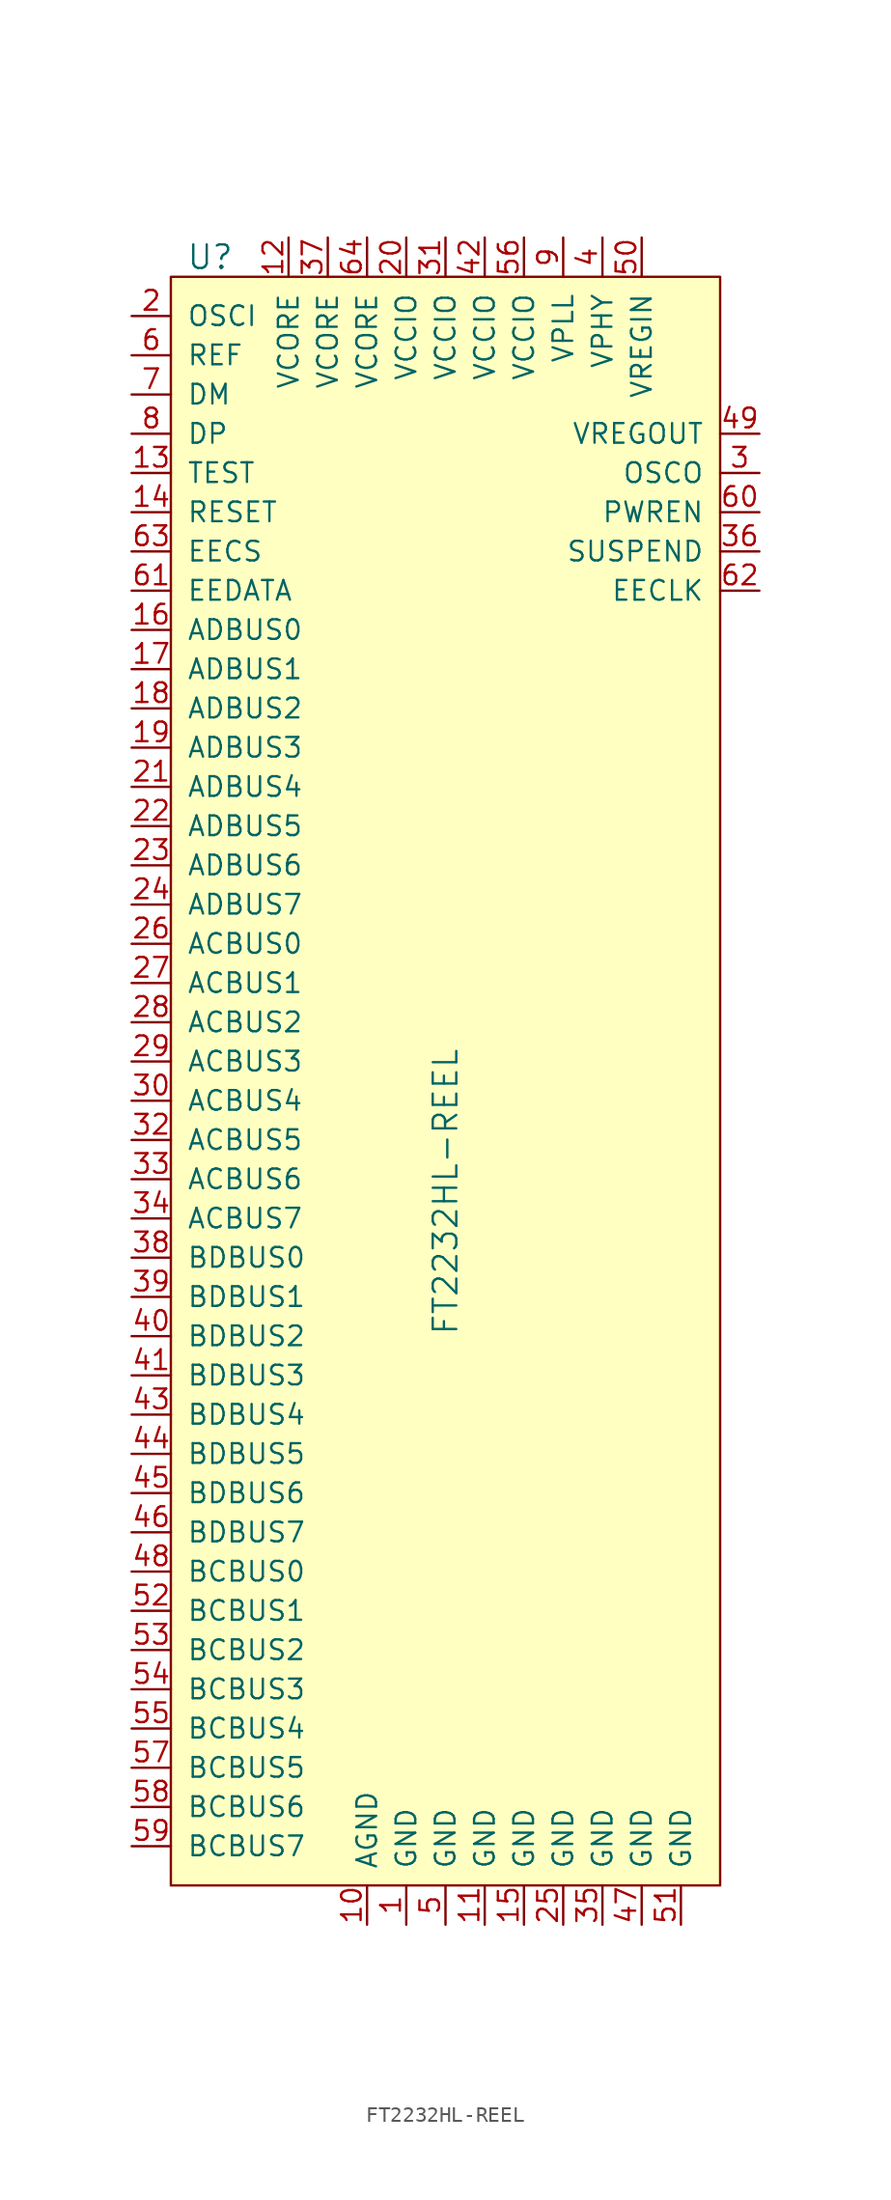
<source format=kicad_sym>
(kicad_symbol_lib
  (version 20220914)
  (generator kicad_symbol_editor)
  (symbol "FT2232HL-REEL"
    (pin_names
      (offset 1.016))
    (property "Reference" "U"
      (at -15.24 59.69 0)
      (effects (font (size 1.524 1.524))))
    (property "Value" "FT2232HL-REEL"
      (at 0 -10.16 90)
      (effects (font (size 1.524 1.524)) (justify left)))
    (symbol "FT2232HL-REEL_0_1"
      (rectangle (start -17.78 58.42) (end 17.78 -45.72) (stroke (width 0) (type solid)) (fill (type background))))
    (symbol "FT2232HL-REEL_1_1"
      (pin power_in line (at -2.54 -48.26 90) (length 2.54) (name "GND" (effects (font (size 1.27 1.27)))) (number "1" (effects (font (size 1.27 1.27)))))
      (pin power_in line (at -5.08 -48.26 90) (length 2.54) (name "AGND" (effects (font (size 1.27 1.27)))) (number "10" (effects (font (size 1.27 1.27)))))
      (pin power_in line (at 2.54 -48.26 90) (length 2.54) (name "GND" (effects (font (size 1.27 1.27)))) (number "11" (effects (font (size 1.27 1.27)))))
      (pin power_in line (at -10.16 60.96 270) (length 2.54) (name "VCORE" (effects (font (size 1.27 1.27)))) (number "12" (effects (font (size 1.27 1.27)))))
      (pin input line (at -20.32 45.72 0) (length 2.54) (name "TEST" (effects (font (size 1.27 1.27)))) (number "13" (effects (font (size 1.27 1.27)))))
      (pin input line (at -20.32 43.18 0) (length 2.54) (name "RESET" (effects (font (size 1.27 1.27)))) (number "14" (effects (font (size 1.27 1.27)))))
      (pin power_in line (at 5.08 -48.26 90) (length 2.54) (name "GND" (effects (font (size 1.27 1.27)))) (number "15" (effects (font (size 1.27 1.27)))))
      (pin bidirectional line (at -20.32 35.56 0) (length 2.54) (name "ADBUS0" (effects (font (size 1.27 1.27)))) (number "16" (effects (font (size 1.27 1.27)))))
      (pin bidirectional line (at -20.32 33.02 0) (length 2.54) (name "ADBUS1" (effects (font (size 1.27 1.27)))) (number "17" (effects (font (size 1.27 1.27)))))
      (pin bidirectional line (at -20.32 30.48 0) (length 2.54) (name "ADBUS2" (effects (font (size 1.27 1.27)))) (number "18" (effects (font (size 1.27 1.27)))))
      (pin bidirectional line (at -20.32 27.94 0) (length 2.54) (name "ADBUS3" (effects (font (size 1.27 1.27)))) (number "19" (effects (font (size 1.27 1.27)))))
      (pin input line (at -20.32 55.88 0) (length 2.54) (name "OSCI" (effects (font (size 1.27 1.27)))) (number "2" (effects (font (size 1.27 1.27)))))
      (pin power_in line (at -2.54 60.96 270) (length 2.54) (name "VCCIO" (effects (font (size 1.27 1.27)))) (number "20" (effects (font (size 1.27 1.27)))))
      (pin bidirectional line (at -20.32 25.4 0) (length 2.54) (name "ADBUS4" (effects (font (size 1.27 1.27)))) (number "21" (effects (font (size 1.27 1.27)))))
      (pin bidirectional line (at -20.32 22.86 0) (length 2.54) (name "ADBUS5" (effects (font (size 1.27 1.27)))) (number "22" (effects (font (size 1.27 1.27)))))
      (pin bidirectional line (at -20.32 20.32 0) (length 2.54) (name "ADBUS6" (effects (font (size 1.27 1.27)))) (number "23" (effects (font (size 1.27 1.27)))))
      (pin bidirectional line (at -20.32 17.78 0) (length 2.54) (name "ADBUS7" (effects (font (size 1.27 1.27)))) (number "24" (effects (font (size 1.27 1.27)))))
      (pin power_in line (at 7.62 -48.26 90) (length 2.54) (name "GND" (effects (font (size 1.27 1.27)))) (number "25" (effects (font (size 1.27 1.27)))))
      (pin bidirectional line (at -20.32 15.24 0) (length 2.54) (name "ACBUS0" (effects (font (size 1.27 1.27)))) (number "26" (effects (font (size 1.27 1.27)))))
      (pin bidirectional line (at -20.32 12.7 0) (length 2.54) (name "ACBUS1" (effects (font (size 1.27 1.27)))) (number "27" (effects (font (size 1.27 1.27)))))
      (pin bidirectional line (at -20.32 10.16 0) (length 2.54) (name "ACBUS2" (effects (font (size 1.27 1.27)))) (number "28" (effects (font (size 1.27 1.27)))))
      (pin bidirectional line (at -20.32 7.62 0) (length 2.54) (name "ACBUS3" (effects (font (size 1.27 1.27)))) (number "29" (effects (font (size 1.27 1.27)))))
      (pin output line (at 20.32 45.72 180) (length 2.54) (name "OSCO" (effects (font (size 1.27 1.27)))) (number "3" (effects (font (size 1.27 1.27)))))
      (pin bidirectional line (at -20.32 5.08 0) (length 2.54) (name "ACBUS4" (effects (font (size 1.27 1.27)))) (number "30" (effects (font (size 1.27 1.27)))))
      (pin power_in line (at 0 60.96 270) (length 2.54) (name "VCCIO" (effects (font (size 1.27 1.27)))) (number "31" (effects (font (size 1.27 1.27)))))
      (pin bidirectional line (at -20.32 2.54 0) (length 2.54) (name "ACBUS5" (effects (font (size 1.27 1.27)))) (number "32" (effects (font (size 1.27 1.27)))))
      (pin bidirectional line (at -20.32 0 0) (length 2.54) (name "ACBUS6" (effects (font (size 1.27 1.27)))) (number "33" (effects (font (size 1.27 1.27)))))
      (pin bidirectional line (at -20.32 -2.54 0) (length 2.54) (name "ACBUS7" (effects (font (size 1.27 1.27)))) (number "34" (effects (font (size 1.27 1.27)))))
      (pin power_in line (at 10.16 -48.26 90) (length 2.54) (name "GND" (effects (font (size 1.27 1.27)))) (number "35" (effects (font (size 1.27 1.27)))))
      (pin output line (at 20.32 40.64 180) (length 2.54) (name "SUSPEND" (effects (font (size 1.27 1.27)))) (number "36" (effects (font (size 1.27 1.27)))))
      (pin power_in line (at -7.62 60.96 270) (length 2.54) (name "VCORE" (effects (font (size 1.27 1.27)))) (number "37" (effects (font (size 1.27 1.27)))))
      (pin bidirectional line (at -20.32 -5.08 0) (length 2.54) (name "BDBUS0" (effects (font (size 1.27 1.27)))) (number "38" (effects (font (size 1.27 1.27)))))
      (pin bidirectional line (at -20.32 -7.62 0) (length 2.54) (name "BDBUS1" (effects (font (size 1.27 1.27)))) (number "39" (effects (font (size 1.27 1.27)))))
      (pin power_in line (at 10.16 60.96 270) (length 2.54) (name "VPHY" (effects (font (size 1.27 1.27)))) (number "4" (effects (font (size 1.27 1.27)))))
      (pin bidirectional line (at -20.32 -10.16 0) (length 2.54) (name "BDBUS2" (effects (font (size 1.27 1.27)))) (number "40" (effects (font (size 1.27 1.27)))))
      (pin bidirectional line (at -20.32 -12.7 0) (length 2.54) (name "BDBUS3" (effects (font (size 1.27 1.27)))) (number "41" (effects (font (size 1.27 1.27)))))
      (pin power_in line (at 2.54 60.96 270) (length 2.54) (name "VCCIO" (effects (font (size 1.27 1.27)))) (number "42" (effects (font (size 1.27 1.27)))))
      (pin bidirectional line (at -20.32 -15.24 0) (length 2.54) (name "BDBUS4" (effects (font (size 1.27 1.27)))) (number "43" (effects (font (size 1.27 1.27)))))
      (pin bidirectional line (at -20.32 -17.78 0) (length 2.54) (name "BDBUS5" (effects (font (size 1.27 1.27)))) (number "44" (effects (font (size 1.27 1.27)))))
      (pin bidirectional line (at -20.32 -20.32 0) (length 2.54) (name "BDBUS6" (effects (font (size 1.27 1.27)))) (number "45" (effects (font (size 1.27 1.27)))))
      (pin bidirectional line (at -20.32 -22.86 0) (length 2.54) (name "BDBUS7" (effects (font (size 1.27 1.27)))) (number "46" (effects (font (size 1.27 1.27)))))
      (pin power_in line (at 12.7 -48.26 90) (length 2.54) (name "GND" (effects (font (size 1.27 1.27)))) (number "47" (effects (font (size 1.27 1.27)))))
      (pin bidirectional line (at -20.32 -25.4 0) (length 2.54) (name "BCBUS0" (effects (font (size 1.27 1.27)))) (number "48" (effects (font (size 1.27 1.27)))))
      (pin power_out line (at 20.32 48.26 180) (length 2.54) (name "VREGOUT" (effects (font (size 1.27 1.27)))) (number "49" (effects (font (size 1.27 1.27)))))
      (pin power_in line (at 0 -48.26 90) (length 2.54) (name "GND" (effects (font (size 1.27 1.27)))) (number "5" (effects (font (size 1.27 1.27)))))
      (pin power_in line (at 12.7 60.96 270) (length 2.54) (name "VREGIN" (effects (font (size 1.27 1.27)))) (number "50" (effects (font (size 1.27 1.27)))))
      (pin power_in line (at 15.24 -48.26 90) (length 2.54) (name "GND" (effects (font (size 1.27 1.27)))) (number "51" (effects (font (size 1.27 1.27)))))
      (pin bidirectional line (at -20.32 -27.94 0) (length 2.54) (name "BCBUS1" (effects (font (size 1.27 1.27)))) (number "52" (effects (font (size 1.27 1.27)))))
      (pin bidirectional line (at -20.32 -30.48 0) (length 2.54) (name "BCBUS2" (effects (font (size 1.27 1.27)))) (number "53" (effects (font (size 1.27 1.27)))))
      (pin bidirectional line (at -20.32 -33.02 0) (length 2.54) (name "BCBUS3" (effects (font (size 1.27 1.27)))) (number "54" (effects (font (size 1.27 1.27)))))
      (pin bidirectional line (at -20.32 -35.56 0) (length 2.54) (name "BCBUS4" (effects (font (size 1.27 1.27)))) (number "55" (effects (font (size 1.27 1.27)))))
      (pin power_in line (at 5.08 60.96 270) (length 2.54) (name "VCCIO" (effects (font (size 1.27 1.27)))) (number "56" (effects (font (size 1.27 1.27)))))
      (pin bidirectional line (at -20.32 -38.1 0) (length 2.54) (name "BCBUS5" (effects (font (size 1.27 1.27)))) (number "57" (effects (font (size 1.27 1.27)))))
      (pin bidirectional line (at -20.32 -40.64 0) (length 2.54) (name "BCBUS6" (effects (font (size 1.27 1.27)))) (number "58" (effects (font (size 1.27 1.27)))))
      (pin bidirectional line (at -20.32 -43.18 0) (length 2.54) (name "BCBUS7" (effects (font (size 1.27 1.27)))) (number "59" (effects (font (size 1.27 1.27)))))
      (pin input line (at -20.32 53.34 0) (length 2.54) (name "REF" (effects (font (size 1.27 1.27)))) (number "6" (effects (font (size 1.27 1.27)))))
      (pin output line (at 20.32 43.18 180) (length 2.54) (name "PWREN" (effects (font (size 1.27 1.27)))) (number "60" (effects (font (size 1.27 1.27)))))
      (pin bidirectional line (at -20.32 38.1 0) (length 2.54) (name "EEDATA" (effects (font (size 1.27 1.27)))) (number "61" (effects (font (size 1.27 1.27)))))
      (pin output line (at 20.32 38.1 180) (length 2.54) (name "EECLK" (effects (font (size 1.27 1.27)))) (number "62" (effects (font (size 1.27 1.27)))))
      (pin bidirectional line (at -20.32 40.64 0) (length 2.54) (name "EECS" (effects (font (size 1.27 1.27)))) (number "63" (effects (font (size 1.27 1.27)))))
      (pin power_in line (at -5.08 60.96 270) (length 2.54) (name "VCORE" (effects (font (size 1.27 1.27)))) (number "64" (effects (font (size 1.27 1.27)))))
      (pin bidirectional line (at -20.32 50.8 0) (length 2.54) (name "DM" (effects (font (size 1.27 1.27)))) (number "7" (effects (font (size 1.27 1.27)))))
      (pin bidirectional line (at -20.32 48.26 0) (length 2.54) (name "DP" (effects (font (size 1.27 1.27)))) (number "8" (effects (font (size 1.27 1.27)))))
      (pin power_in line (at 7.62 60.96 270) (length 2.54) (name "VPLL" (effects (font (size 1.27 1.27)))) (number "9" (effects (font (size 1.27 1.27))))))))
</source>
